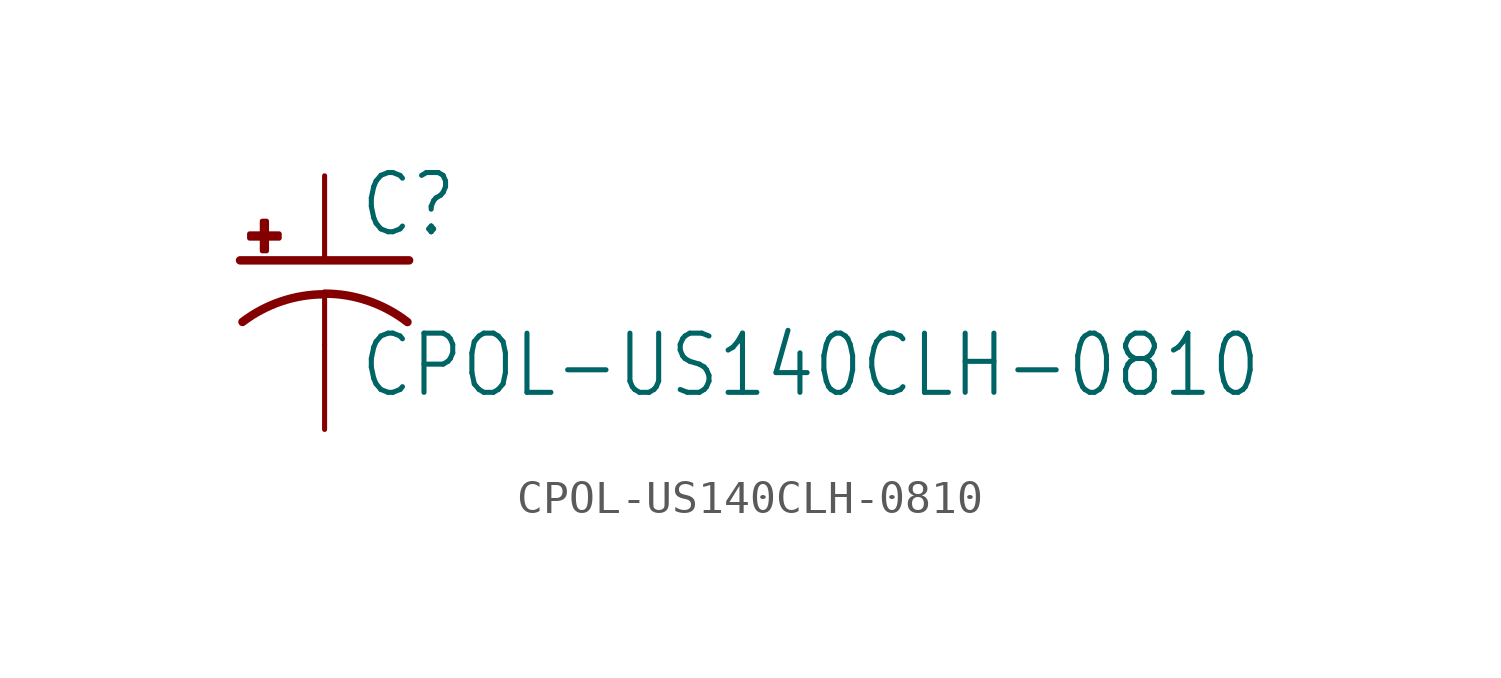
<source format=kicad_sym>
(kicad_symbol_lib
  (version 20211014)
  (generator kicad_symbol_editor)
  (symbol "CPOL-US140CLH-0810"
    (property "Reference" "C"
      (at 1.016 0.635 0)
      (effects (font (size 1.778 1.511)) (justify left bottom)))
    (property "Value" "CPOL-US140CLH-0810"
      (at 1.016 -4.191 0)
      (effects (font (size 1.778 1.511)) (justify left bottom)))
    (property "ki_locked" ""
      (at 0 0 0)
      (effects (font (size 1.27 1.27))))
    (symbol "CPOL-US140CLH-0810_1_0"
      (rectangle (start -2.253 0.668) (end -1.364 0.795) (stroke (width 0) (type default) (color 0 0 0 0)) (fill (type outline)))
      (rectangle (start -1.872 0.287) (end -1.745 1.176) (stroke (width 0) (type default) (color 0 0 0 0)) (fill (type outline)))
      (arc (start 0 -1.0161) (mid -1.3021 -1.2302) (end -2.4669 -1.8504) (stroke (width 0.254) (type default) (color 0 0 0 0)) (fill (type none)))
      (polyline (pts (xy -2.54 0) (xy 2.54 0)) (stroke (width 0.254) (type default) (color 0 0 0 0)) (fill (type none)))
      (polyline (pts (xy 0 -1.016) (xy 0 -2.54)) (stroke (width 0.152) (type default) (color 0 0 0 0)) (fill (type none)))
      (arc (start 2.4892 -1.8542) (mid 1.3158 -1.2195) (end 0 -1) (stroke (width 0.254) (type default) (color 0 0 0 0)) (fill (type none)))
      (pin passive line (at 0 2.54 270) (length 2.54) (name "+" (effects (font (size 0 0)))) (number "+" (effects (font (size 0 0)))))
      (pin passive line (at 0 -5.08 90) (length 2.54) (name "-" (effects (font (size 0 0)))) (number "-" (effects (font (size 0 0))))))))
</source>
